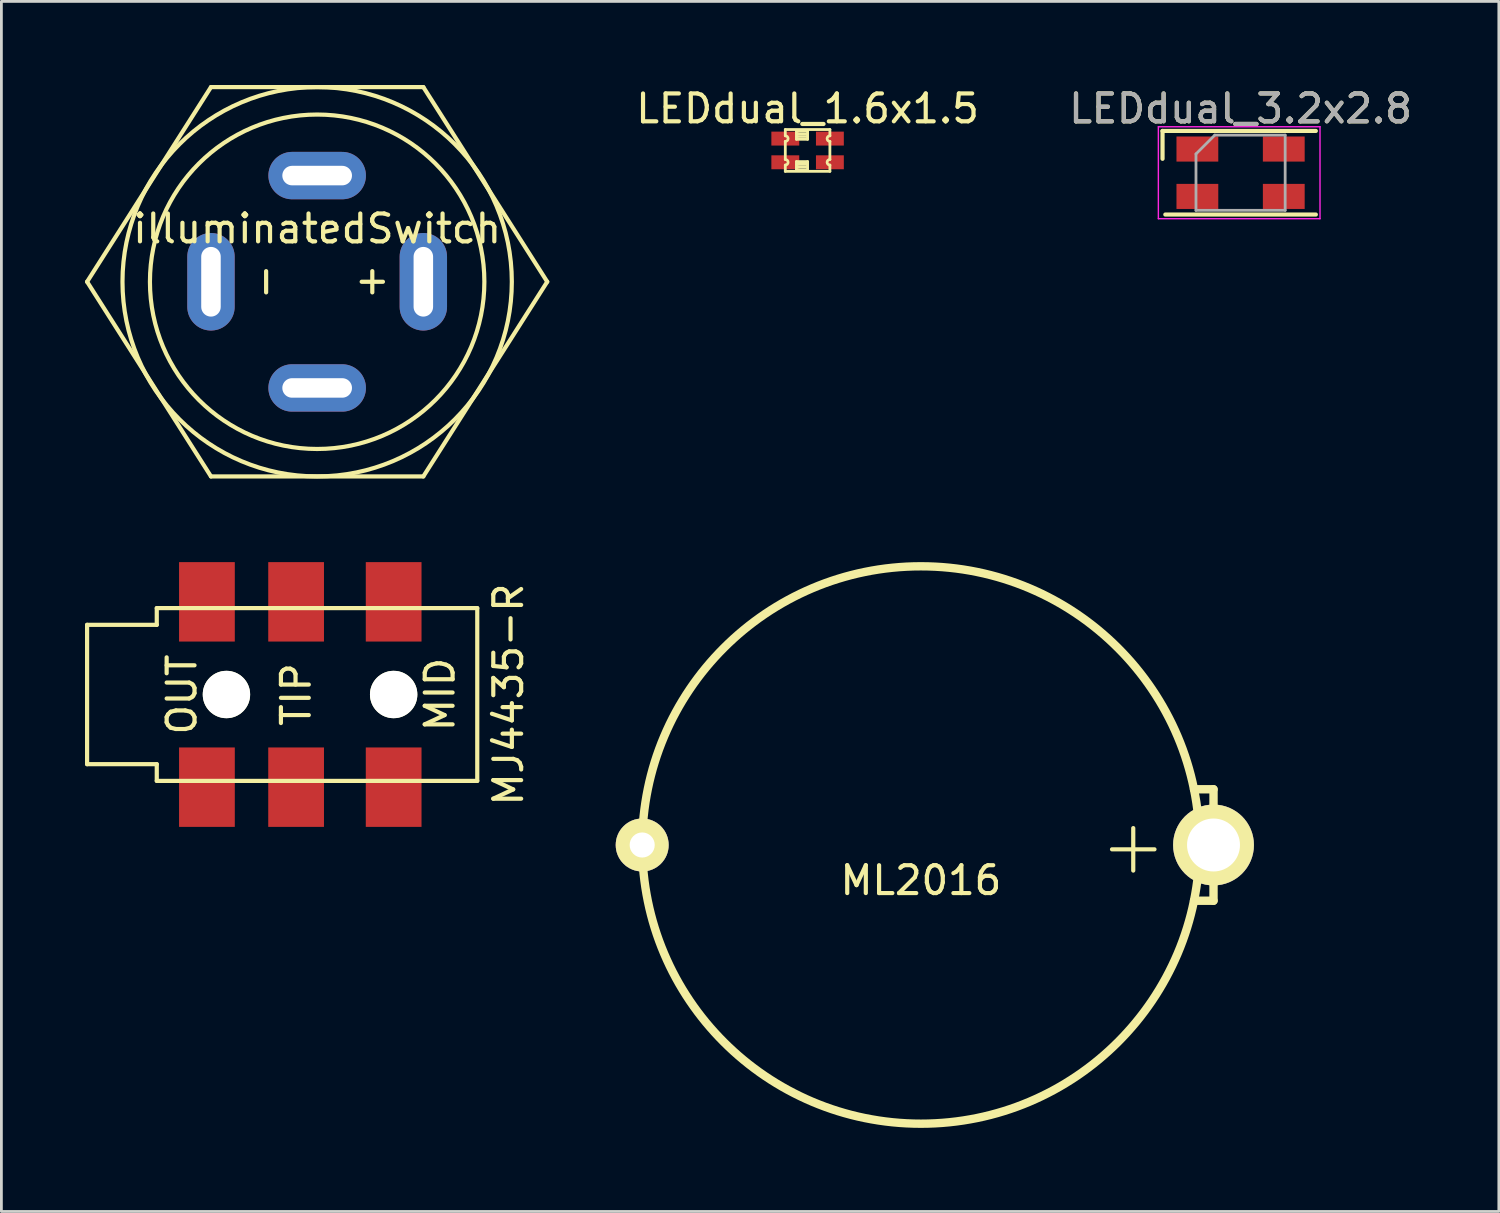
<source format=kicad_pcb>
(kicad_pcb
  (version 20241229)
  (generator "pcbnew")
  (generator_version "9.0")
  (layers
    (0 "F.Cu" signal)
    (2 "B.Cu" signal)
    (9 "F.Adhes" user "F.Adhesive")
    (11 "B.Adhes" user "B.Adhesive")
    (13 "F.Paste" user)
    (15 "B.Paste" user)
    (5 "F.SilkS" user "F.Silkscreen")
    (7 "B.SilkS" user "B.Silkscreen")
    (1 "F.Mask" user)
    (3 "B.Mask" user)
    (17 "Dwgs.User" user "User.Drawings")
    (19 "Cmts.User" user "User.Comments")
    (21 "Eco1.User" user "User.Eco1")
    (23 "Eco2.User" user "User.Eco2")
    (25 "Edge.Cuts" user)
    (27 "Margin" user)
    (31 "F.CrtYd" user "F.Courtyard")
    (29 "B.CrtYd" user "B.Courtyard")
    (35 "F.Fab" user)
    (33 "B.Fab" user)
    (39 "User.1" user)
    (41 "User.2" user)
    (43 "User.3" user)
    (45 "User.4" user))
  (footprint "illuminatedSwitch"
    (layer "F.Cu")
    (at 8.33 7.06)
    (property "Reference" "illuminatedSwitch" (at 0 -1.905 0) (layer "F.SilkS") (effects (font (size 1 1) (thickness 0.15))))
    (attr through_hole)
    (fp_line (start -8.255 0) (end -3.81 -6.985) (stroke (width 0.15) (type solid)) (layer "F.SilkS"))
    (fp_line (start -3.81 -6.985) (end 3.81 -6.985) (stroke (width 0.15) (type solid)) (layer "F.SilkS"))
    (fp_line (start -3.81 6.985) (end -8.255 0) (stroke (width 0.15) (type solid)) (layer "F.SilkS"))
    (fp_line (start 3.81 -6.985) (end 8.255 0) (stroke (width 0.15) (type solid)) (layer "F.SilkS"))
    (fp_line (start 3.81 6.985) (end -3.81 6.985) (stroke (width 0.15) (type solid)) (layer "F.SilkS"))
    (fp_line (start 8.255 0) (end 3.81 6.985) (stroke (width 0.15) (type solid)) (layer "F.SilkS"))
    (fp_circle (center 0 0) (end 6 0) (stroke (width 0.15) (type solid)) (fill no) (layer "F.SilkS"))
    (fp_circle (center 0 0) (end 6.985 0) (stroke (width 0.15) (type solid)) (fill no) (layer "F.SilkS"))
    (fp_text user "+" (at 1.905 0 90) (layer "F.SilkS") (effects (font (size 1 1) (thickness 0.15))))
    (fp_text user "-" (at -1.905 0 90) (layer "F.SilkS") (effects (font (size 1 1) (thickness 0.15))))
    (pad "1" thru_hole oval (at 0 -3.81) (size 3.5 1.7) (drill oval 2.5 0.7) (layers "*.Cu" "*.Mask"))
    (pad "2" thru_hole oval (at 0 3.81) (size 3.5 1.7) (drill oval 2.5 0.7) (layers "*.Cu" "*.Mask"))
    (pad "3" thru_hole oval (at -3.81 0 90) (size 3.5 1.7) (drill oval 2.5 0.7) (layers "*.Cu" "*.Mask"))
    (pad "4" thru_hole oval (at 3.81 0 90) (size 3.5 1.7) (drill oval 2.5 0.7) (layers "*.Cu" "*.Mask")))
  (footprint "LEDdual_1.6x1.5"
    (layer "F.Cu")
    (at 25.928 2.348)
    (property "Reference" "LEDdual_1.6x1.5" (at 0 -1.5 0) (layer "F.SilkS") (effects (font (size 1 1) (thickness 0.15))))
    (attr through_hole)
    (fp_line (start -0.8 -0.75) (end -0.8 -0.525) (stroke (width 0.1) (type solid)) (layer "F.SilkS"))
    (fp_line (start -0.8 -0.325) (end -0.8 0.325) (stroke (width 0.1) (type solid)) (layer "F.SilkS"))
    (fp_line (start -0.8 0.525) (end -0.8 0.75) (stroke (width 0.1) (type solid)) (layer "F.SilkS"))
    (fp_line (start -0.8 0.75) (end 0.8 0.75) (stroke (width 0.1) (type solid)) (layer "F.SilkS"))
    (fp_line (start -0.4 -0.7) (end -0.4 -0.4) (stroke (width 0.1) (type solid)) (layer "F.SilkS"))
    (fp_line (start -0.4 -0.6) (end 0 -0.6) (stroke (width 0.1) (type solid)) (layer "F.SilkS"))
    (fp_line (start -0.4 -0.4) (end 0 -0.4) (stroke (width 0.1) (type solid)) (layer "F.SilkS"))
    (fp_line (start -0.4 0.4) (end 0 0.4) (stroke (width 0.1) (type solid)) (layer "F.SilkS"))
    (fp_line (start -0.4 0.5) (end 0 0.5) (stroke (width 0.1) (type solid)) (layer "F.SilkS"))
    (fp_line (start -0.4 0.7) (end -0.4 0.4) (stroke (width 0.1) (type solid)) (layer "F.SilkS"))
    (fp_line (start -0.4 0.7) (end 0 0.7) (stroke (width 0.1) (type solid)) (layer "F.SilkS"))
    (fp_line (start 0 -0.7) (end -0.4 -0.7) (stroke (width 0.1) (type solid)) (layer "F.SilkS"))
    (fp_line (start 0 -0.5) (end -0.4 -0.5) (stroke (width 0.1) (type solid)) (layer "F.SilkS"))
    (fp_line (start 0 -0.4) (end 0 -0.7) (stroke (width 0.1) (type solid)) (layer "F.SilkS"))
    (fp_line (start 0 0.4) (end 0 0.7) (stroke (width 0.1) (type solid)) (layer "F.SilkS"))
    (fp_line (start 0 0.6) (end -0.4 0.6) (stroke (width 0.1) (type solid)) (layer "F.SilkS"))
    (fp_line (start 0.8 -0.75) (end -0.8 -0.75) (stroke (width 0.1) (type solid)) (layer "F.SilkS"))
    (fp_line (start 0.8 -0.75) (end 0.8 -0.525) (stroke (width 0.1) (type solid)) (layer "F.SilkS"))
    (fp_line (start 0.8 -0.325) (end 0.8 0.325) (stroke (width 0.1) (type solid)) (layer "F.SilkS"))
    (fp_line (start 0.8 0.525) (end 0.8 0.75) (stroke (width 0.1) (type solid)) (layer "F.SilkS"))
    (fp_arc (start -0.8 -0.525) (mid -0.7 -0.425) (end -0.8 -0.325) (stroke (width 0.1) (type solid)) (layer "F.SilkS"))
    (fp_arc (start -0.8 0.325) (mid -0.7 0.425) (end -0.8 0.525) (stroke (width 0.1) (type solid)) (layer "F.SilkS"))
    (fp_arc (start 0.8 -0.325) (mid 0.7 -0.425) (end 0.8 -0.525) (stroke (width 0.1) (type solid)) (layer "F.SilkS"))
    (fp_arc (start 0.8 0.525) (mid 0.7 0.425) (end 0.8 0.325) (stroke (width 0.1) (type solid)) (layer "F.SilkS"))
    (pad "1" smd rect (at 0.8 -0.425) (size 1 0.5) (layers "F.Cu" "F.Mask" "F.Paste"))
    (pad "2" smd rect (at -0.8 -0.425) (size 1 0.5) (layers "F.Cu" "F.Mask" "F.Paste"))
    (pad "3" smd rect (at 0.8 0.425) (size 1 0.5) (layers "F.Cu" "F.Mask" "F.Paste"))
    (pad "4" smd rect (at -0.8 0.425) (size 1 0.5) (layers "F.Cu" "F.Mask" "F.Paste")))
  (footprint "MJ4435-R"
    (layer "F.Cu")
    (at 7.575 21.87)
    (property "Reference" "MJ4435-R" (at 7.62 0 90) (layer "F.SilkS") (effects (font (size 1 1) (thickness 0.15))))
    (attr through_hole)
    (fp_line (start -7.5 -2.5) (end -7.5 2.5) (stroke (width 0.15) (type solid)) (layer "F.SilkS"))
    (fp_line (start -7.5 2.5) (end -5 2.5) (stroke (width 0.15) (type solid)) (layer "F.SilkS"))
    (fp_line (start -5 -3.1) (end -5 -2.5) (stroke (width 0.15) (type solid)) (layer "F.SilkS"))
    (fp_line (start -5 -3.1) (end 6.5 -3.1) (stroke (width 0.15) (type solid)) (layer "F.SilkS"))
    (fp_line (start -5 -2.5) (end -7.5 -2.5) (stroke (width 0.15) (type solid)) (layer "F.SilkS"))
    (fp_line (start -5 3.1) (end -5 2.5) (stroke (width 0.15) (type solid)) (layer "F.SilkS"))
    (fp_line (start -5 3.1) (end 6.5 3.1) (stroke (width 0.15) (type solid)) (layer "F.SilkS"))
    (fp_line (start 6.5 -3.1) (end 6.5 3.1) (stroke (width 0.15) (type solid)) (layer "F.SilkS"))
    (fp_text user "TIP" (at 0 0 90) (layer "F.SilkS") (effects (font (size 1 1) (thickness 0.15))))
    (fp_text user "OUT" (at -4.1 0 90) (layer "F.SilkS") (effects (font (size 1 1) (thickness 0.15))))
    (fp_text user "MID" (at 5.16 0 90) (layer "F.SilkS") (effects (font (size 1 1) (thickness 0.15))))
    (pad "" np_thru_hole circle (at -2.5 0) (size 1.7 1.7) (drill 1.7) (layers "*.Cu" "*.Mask" "F.SilkS"))
    (pad "" np_thru_hole circle (at 3.5 0) (size 1.7 1.7) (drill 1.7) (layers "*.Cu" "*.Mask" "F.SilkS"))
    (pad "1" smd rect (at -3.2 -3.325) (size 2 2.85) (layers "F.Cu" "F.Mask" "F.Paste"))
    (pad "1" smd rect (at -3.2 3.325) (size 2 2.85) (layers "F.Cu" "F.Mask" "F.Paste"))
    (pad "2" smd rect (at 0 -3.325) (size 2 2.85) (layers "F.Cu" "F.Mask" "F.Paste"))
    (pad "2" smd rect (at 0 3.325) (size 2 2.85) (layers "F.Cu" "F.Mask" "F.Paste"))
    (pad "3" smd rect (at 3.5 -3.325) (size 2 2.85) (layers "F.Cu" "F.Mask" "F.Paste"))
    (pad "3" smd rect (at 3.5 3.325) (size 2 2.85) (layers "F.Cu" "F.Mask" "F.Paste")))
  (footprint "LEDdual_3.2x2.8"
    (layer "F.Cu")
    (at 41.464 3.148)
    (property "Reference" "LEDdual_3.2x2.8" (at 0 -2.3 0) (layer "F.SilkS") (effects (font (size 1 1) (thickness 0.15))))
    (attr smd)
    (fp_line (start -2.8 -0.5) (end -2.8 -1.5) (stroke (width 0.15) (type solid)) (layer "F.SilkS"))
    (fp_line (start 2.7 -1.5) (end -2.8 -1.5) (stroke (width 0.15) (type solid)) (layer "F.SilkS"))
    (fp_line (start 2.7 1.5) (end -2.7 1.5) (stroke (width 0.15) (type solid)) (layer "F.SilkS"))
    (fp_line (start -2.95 -1.65) (end -2.95 1.65) (stroke (width 0.05) (type solid)) (layer "F.CrtYd"))
    (fp_line (start -2.95 1.65) (end 2.85 1.65) (stroke (width 0.05) (type solid)) (layer "F.CrtYd"))
    (fp_line (start 2.85 -1.65) (end -2.95 -1.65) (stroke (width 0.05) (type solid)) (layer "F.CrtYd"))
    (fp_line (start 2.85 1.65) (end 2.85 -1.65) (stroke (width 0.05) (type solid)) (layer "F.CrtYd"))
    (fp_line (start -1.6 -0.675) (end -0.925 -1.35) (stroke (width 0.1) (type solid)) (layer "F.Fab"))
    (fp_line (start -1.6 1.35) (end -1.6 -0.675) (stroke (width 0.1) (type solid)) (layer "F.Fab"))
    (fp_line (start -0.925 -1.35) (end 1.6 -1.35) (stroke (width 0.1) (type solid)) (layer "F.Fab"))
    (fp_line (start 1.6 -1.35) (end 1.6 1.35) (stroke (width 0.1) (type solid)) (layer "F.Fab"))
    (fp_line (start 1.6 1.35) (end -1.6 1.35) (stroke (width 0.1) (type solid)) (layer "F.Fab"))
    (fp_text user "${REFERENCE}" (at 0 -2.3 0) (layer "F.Fab") (effects (font (size 1 1) (thickness 0.15))))
    (pad "1" smd rect (at 1.55 -0.85 180) (size 1.5 0.9) (layers "F.Cu" "F.Mask" "F.Paste"))
    (pad "2" smd rect (at 1.55 0.85 180) (size 1.5 0.9) (layers "F.Cu" "F.Mask" "F.Paste"))
    (pad "3" smd rect (at -1.55 -0.85 180) (size 1.5 0.9) (layers "F.Cu" "F.Mask" "F.Paste"))
    (pad "4" smd rect (at -1.55 0.85 180) (size 1.5 0.9) (layers "F.Cu" "F.Mask" "F.Paste")))
  (footprint "ML2016"
    (layer "F.Cu")
    (at 29.993 27.27)
    (property "Reference" "ML2016" (at 0 1.27 0) (layer "F.SilkS") (effects (font (size 1 1) (thickness 0.15))))
    (attr through_hole)
    (fp_line (start 9.8 2) (end 10.5 2) (stroke (width 0.3) (type solid)) (layer "F.SilkS"))
    (fp_line (start 10.5 -2) (end 9.8 -2) (stroke (width 0.3) (type solid)) (layer "F.SilkS"))
    (fp_line (start 10.5 -2) (end 10.5 2) (stroke (width 0.3) (type solid)) (layer "F.SilkS"))
    (fp_circle (center 0 0) (end 10 0) (stroke (width 0.3) (type solid)) (fill no) (layer "F.SilkS"))
    (fp_text user "+" (at 7.62 0 0) (layer "F.SilkS") (effects (font (size 2 2) (thickness 0.15))))
    (pad "1" thru_hole circle (at 10.5 0) (size 2.9 2.9) (drill 1.9) (layers "*.Cu" "*.Mask" "F.SilkS"))
    (pad "2" thru_hole circle (at -10 0) (size 1.9 1.9) (drill 0.9) (layers "*.Cu" "*.Mask" "F.SilkS")))
  (gr_rect
    (start -3 -3)
    (end 50.731 40.42)
    (stroke (width 0.1) (type default))
    (fill no)
    (layer "Edge.Cuts")))
</source>
